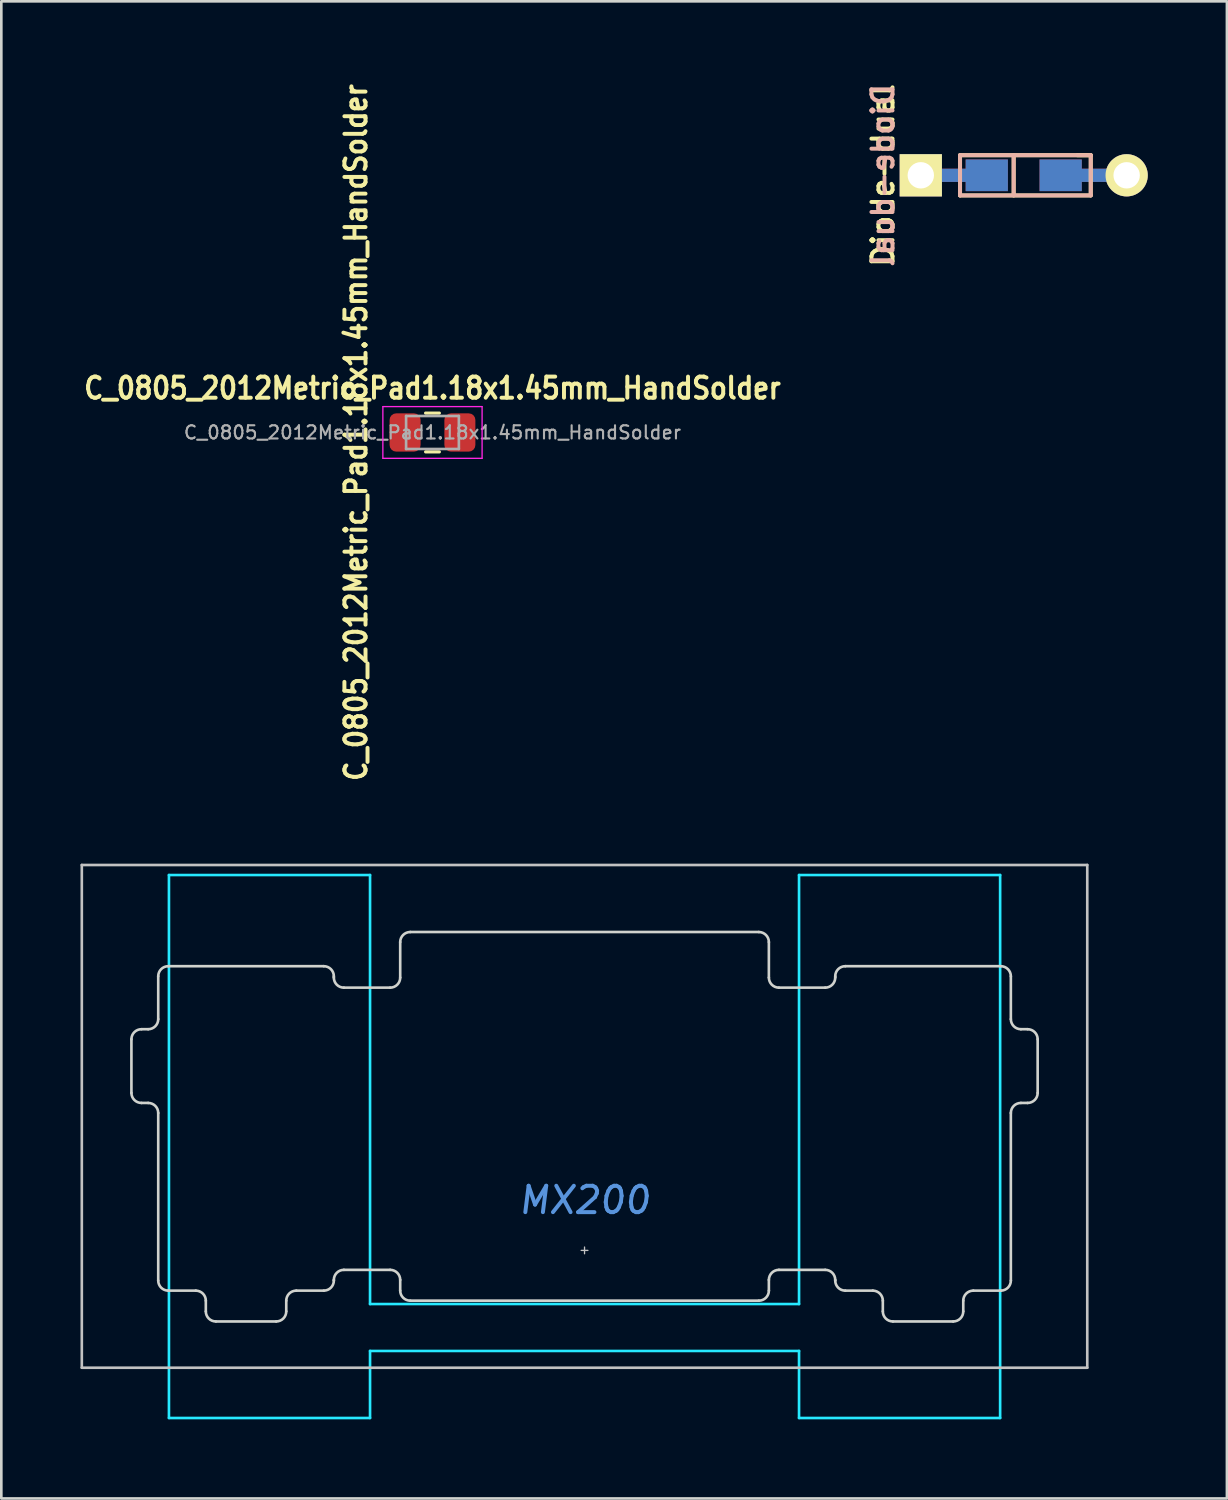
<source format=kicad_pcb>
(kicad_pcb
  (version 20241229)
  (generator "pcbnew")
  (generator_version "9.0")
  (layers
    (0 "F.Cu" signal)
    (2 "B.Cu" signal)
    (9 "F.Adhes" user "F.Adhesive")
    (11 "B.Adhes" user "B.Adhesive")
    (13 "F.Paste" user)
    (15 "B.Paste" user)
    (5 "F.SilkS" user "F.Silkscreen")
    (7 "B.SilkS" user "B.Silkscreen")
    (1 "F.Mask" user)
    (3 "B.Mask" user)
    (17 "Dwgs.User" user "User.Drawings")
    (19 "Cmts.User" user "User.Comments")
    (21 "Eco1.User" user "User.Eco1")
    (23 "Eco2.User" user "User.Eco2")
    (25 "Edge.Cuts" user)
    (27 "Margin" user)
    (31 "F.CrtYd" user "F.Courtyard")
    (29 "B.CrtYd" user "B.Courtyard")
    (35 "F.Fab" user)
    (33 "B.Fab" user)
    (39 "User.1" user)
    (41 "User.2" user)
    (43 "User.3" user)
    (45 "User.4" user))
  (footprint "Diode-dual"
    (layer "F.Cu")
    (at 35.742 3.593)
    (property "Reference" "Diode-dual" (at -5.334 0 270) (layer "F.SilkS") (effects (font (size 0.8 0.8) (thickness 0.15))))
    (attr smd)
    (fp_line (start -2.413 -0.762) (end -2.413 0.762) (stroke (width 0.15) (type solid)) (layer "F.SilkS"))
    (fp_line (start -2.413 0.762) (end 2.54 0.762) (stroke (width 0.15) (type solid)) (layer "F.SilkS"))
    (fp_line (start -0.381 -0.762) (end -0.381 0.762) (stroke (width 0.15) (type solid)) (layer "F.SilkS"))
    (fp_line (start 2.54 -0.762) (end -2.413 -0.762) (stroke (width 0.15) (type solid)) (layer "F.SilkS"))
    (fp_line (start 2.54 -0.762) (end 2.032 -0.762) (stroke (width 0.15) (type solid)) (layer "F.SilkS"))
    (fp_line (start 2.54 0.762) (end 2.54 -0.762) (stroke (width 0.15) (type solid)) (layer "F.SilkS"))
    (fp_line (start -2.413 -0.762) (end 2.54 -0.762) (stroke (width 0.15) (type solid)) (layer "B.SilkS"))
    (fp_line (start -2.413 0.762) (end -2.413 -0.762) (stroke (width 0.15) (type solid)) (layer "B.SilkS"))
    (fp_line (start -0.381 0.762) (end -0.381 -0.762) (stroke (width 0.15) (type solid)) (layer "B.SilkS"))
    (fp_line (start 2.54 -0.762) (end 2.54 0.762) (stroke (width 0.15) (type solid)) (layer "B.SilkS"))
    (fp_line (start 2.54 0.762) (end -2.413 0.762) (stroke (width 0.15) (type solid)) (layer "B.SilkS"))
    (fp_text user "${REFERENCE}" (at -5.334 0 90) (layer "B.SilkS") (effects (font (size 0.8 0.8) (thickness 0.15)) (justify mirror)))
    (pad "1" thru_hole rect (at -3.9 0 180) (size 1.6 1.6) (drill 1) (layers "*.Cu" "*.Mask" "F.SilkS"))
    (pad "1" smd rect (at -2.5 0 180) (size 2.9 0.5) (layers "F.Cu"))
    (pad "1" smd rect (at -2.5 0 180) (size 2.9 0.5) (layers "B.Cu"))
    (pad "1" smd rect (at -1.4 0 180) (size 1.6 1.2) (layers "F.Cu" "F.Mask" "F.Paste"))
    (pad "1" smd rect (at -1.4 0 180) (size 1.6 1.2) (layers "B.Cu" "B.Mask" "B.Paste"))
    (pad "2" smd rect (at 1.4 0 180) (size 1.6 1.2) (layers "F.Cu" "F.Mask" "F.Paste"))
    (pad "2" smd rect (at 1.4 0 180) (size 1.6 1.2) (layers "B.Cu" "B.Mask" "B.Paste"))
    (pad "2" smd rect (at 2.5 0 180) (size 2.9 0.5) (layers "F.Cu"))
    (pad "2" smd rect (at 2.5 0 180) (size 2.9 0.5) (layers "B.Cu"))
    (pad "2" thru_hole circle (at 3.9 0 180) (size 1.6 1.6) (drill 1) (layers "*.Cu" "*.Mask" "F.SilkS")))
  (footprint "MX200"
    (layer "F.Cu")
    (at 19.1 39.252)
    (property "Reference" "MX200" (at 0 3.175 0) (layer "Cmts.User") (effects (font (size 1 1) (thickness 0.15) (italic yes))))
    (attr through_hole)
    (fp_line (start -19.05 -9.525) (end -19.05 9.525) (stroke (width 0.1) (type solid)) (layer "Dwgs.User"))
    (fp_line (start -19.05 -9.525) (end 19.05 -9.525) (stroke (width 0.1) (type solid)) (layer "Dwgs.User"))
    (fp_line (start -19.05 9.525) (end 19.05 9.525) (stroke (width 0.1) (type solid)) (layer "Dwgs.User"))
    (fp_line (start -0.127 5.08) (end 0.127 5.08) (stroke (width 0.05) (type solid)) (layer "Dwgs.User"))
    (fp_line (start 0 5.207) (end 0 4.953) (stroke (width 0.05) (type solid)) (layer "Dwgs.User"))
    (fp_line (start 19.05 -9.525) (end 19.05 9.525) (stroke (width 0.1) (type solid)) (layer "Dwgs.User"))
    (fp_line (start 0 -2.159) (end 0 2.159) (stroke (width 0.1) (type solid)) (layer "Eco1.User"))
    (fp_line (start -17.17 -0.889) (end -17.17 -2.921) (stroke (width 0.1) (type solid)) (layer "Edge.Cuts"))
    (fp_line (start -16.789 -3.302) (end -16.535 -3.302) (stroke (width 0.1) (type solid)) (layer "Edge.Cuts"))
    (fp_line (start -16.535 -0.508) (end -16.789 -0.508) (stroke (width 0.1) (type solid)) (layer "Edge.Cuts"))
    (fp_line (start -16.154 -3.683) (end -16.154 -5.309) (stroke (width 0.1) (type solid)) (layer "Edge.Cuts"))
    (fp_line (start -16.154 6.223) (end -16.154 -0.127) (stroke (width 0.1) (type solid)) (layer "Edge.Cuts"))
    (fp_line (start -15.773 -5.69) (end -9.881 -5.69) (stroke (width 0.1) (type solid)) (layer "Edge.Cuts"))
    (fp_line (start -14.732 6.604) (end -15.773 6.604) (stroke (width 0.1) (type solid)) (layer "Edge.Cuts"))
    (fp_line (start -14.351 7.391) (end -14.351 6.985) (stroke (width 0.1) (type solid)) (layer "Edge.Cuts"))
    (fp_line (start -11.684 7.772) (end -13.97 7.772) (stroke (width 0.1) (type solid)) (layer "Edge.Cuts"))
    (fp_line (start -11.303 6.985) (end -11.303 7.391) (stroke (width 0.1) (type solid)) (layer "Edge.Cuts"))
    (fp_line (start -9.881 6.604) (end -10.922 6.604) (stroke (width 0.1) (type solid)) (layer "Edge.Cuts"))
    (fp_line (start -9.5 -5.309) (end -9.5 -5.258) (stroke (width 0.1) (type solid)) (layer "Edge.Cuts"))
    (fp_line (start -9.5 6.198) (end -9.5 6.223) (stroke (width 0.1) (type solid)) (layer "Edge.Cuts"))
    (fp_line (start -9.119 -4.877) (end -7.366 -4.877) (stroke (width 0.1) (type solid)) (layer "Edge.Cuts"))
    (fp_line (start -7.366 5.817) (end -9.119 5.817) (stroke (width 0.1) (type solid)) (layer "Edge.Cuts"))
    (fp_line (start -6.985 -5.258) (end -6.985 -6.604) (stroke (width 0.1) (type solid)) (layer "Edge.Cuts"))
    (fp_line (start -6.985 6.604) (end -6.985 6.197) (stroke (width 0.1) (type solid)) (layer "Edge.Cuts"))
    (fp_line (start -6.604 -6.985) (end 6.604 -6.985) (stroke (width 0.1) (type solid)) (layer "Edge.Cuts"))
    (fp_line (start 6.604 6.985) (end -6.604 6.985) (stroke (width 0.1) (type solid)) (layer "Edge.Cuts"))
    (fp_line (start 6.985 -5.258) (end 6.985 -6.604) (stroke (width 0.1) (type solid)) (layer "Edge.Cuts"))
    (fp_line (start 6.985 6.604) (end 6.985 6.197) (stroke (width 0.1) (type solid)) (layer "Edge.Cuts"))
    (fp_line (start 7.366 5.817) (end 9.119 5.817) (stroke (width 0.1) (type solid)) (layer "Edge.Cuts"))
    (fp_line (start 9.119 -4.877) (end 7.366 -4.877) (stroke (width 0.1) (type solid)) (layer "Edge.Cuts"))
    (fp_line (start 9.5 -5.309) (end 9.5 -5.258) (stroke (width 0.1) (type solid)) (layer "Edge.Cuts"))
    (fp_line (start 9.5 6.198) (end 9.5 6.223) (stroke (width 0.1) (type solid)) (layer "Edge.Cuts"))
    (fp_line (start 9.881 6.604) (end 10.922 6.604) (stroke (width 0.1) (type solid)) (layer "Edge.Cuts"))
    (fp_line (start 11.303 6.985) (end 11.303 7.391) (stroke (width 0.1) (type solid)) (layer "Edge.Cuts"))
    (fp_line (start 11.684 7.772) (end 13.97 7.772) (stroke (width 0.1) (type solid)) (layer "Edge.Cuts"))
    (fp_line (start 14.351 7.391) (end 14.351 6.985) (stroke (width 0.1) (type solid)) (layer "Edge.Cuts"))
    (fp_line (start 14.732 6.604) (end 15.773 6.604) (stroke (width 0.1) (type solid)) (layer "Edge.Cuts"))
    (fp_line (start 15.773 -5.69) (end 9.881 -5.69) (stroke (width 0.1) (type solid)) (layer "Edge.Cuts"))
    (fp_line (start 16.154 -3.683) (end 16.154 -5.309) (stroke (width 0.1) (type solid)) (layer "Edge.Cuts"))
    (fp_line (start 16.154 6.223) (end 16.154 -0.127) (stroke (width 0.1) (type solid)) (layer "Edge.Cuts"))
    (fp_line (start 16.535 -0.508) (end 16.789 -0.508) (stroke (width 0.1) (type solid)) (layer "Edge.Cuts"))
    (fp_line (start 16.789 -3.302) (end 16.535 -3.302) (stroke (width 0.1) (type solid)) (layer "Edge.Cuts"))
    (fp_line (start 17.17 -0.889) (end 17.17 -2.921) (stroke (width 0.1) (type solid)) (layer "Edge.Cuts"))
    (fp_arc (start -17.1704 -2.921) (mid -17.058808 -3.190408) (end -16.7894 -3.302) (stroke (width 0.1) (type solid)) (layer "Edge.Cuts"))
    (fp_arc (start -16.7894 -0.508) (mid -17.058808 -0.619592) (end -17.1704 -0.889) (stroke (width 0.1) (type solid)) (layer "Edge.Cuts"))
    (fp_arc (start -16.5354 -0.508) (mid -16.265992 -0.396408) (end -16.1544 -0.127) (stroke (width 0.1) (type solid)) (layer "Edge.Cuts"))
    (fp_arc (start -16.1544 -5.3086) (mid -16.042808 -5.578008) (end -15.7734 -5.6896) (stroke (width 0.1) (type solid)) (layer "Edge.Cuts"))
    (fp_arc (start -16.1544 -3.683) (mid -16.265992 -3.413592) (end -16.5354 -3.302) (stroke (width 0.1) (type solid)) (layer "Edge.Cuts"))
    (fp_arc (start -15.7734 6.604) (mid -16.042808 6.492408) (end -16.1544 6.223) (stroke (width 0.1) (type solid)) (layer "Edge.Cuts"))
    (fp_arc (start -14.732 6.604) (mid -14.462592 6.715592) (end -14.351 6.985) (stroke (width 0.1) (type solid)) (layer "Edge.Cuts"))
    (fp_arc (start -13.97 7.7724) (mid -14.239408 7.660808) (end -14.351 7.3914) (stroke (width 0.1) (type solid)) (layer "Edge.Cuts"))
    (fp_arc (start -11.303 6.985) (mid -11.191408 6.715592) (end -10.922 6.604) (stroke (width 0.1) (type solid)) (layer "Edge.Cuts"))
    (fp_arc (start -11.303 7.3914) (mid -11.414592 7.660808) (end -11.684 7.7724) (stroke (width 0.1) (type solid)) (layer "Edge.Cuts"))
    (fp_arc (start -9.8806 -5.6896) (mid -9.611192 -5.578008) (end -9.4996 -5.3086) (stroke (width 0.1) (type solid)) (layer "Edge.Cuts"))
    (fp_arc (start -9.4996 6.1976) (mid -9.388008 5.928192) (end -9.1186 5.8166) (stroke (width 0.1) (type solid)) (layer "Edge.Cuts"))
    (fp_arc (start -9.4996 6.223) (mid -9.611192 6.492408) (end -9.8806 6.604) (stroke (width 0.1) (type solid)) (layer "Edge.Cuts"))
    (fp_arc (start -9.1186 -4.8768) (mid -9.388008 -4.988392) (end -9.4996 -5.2578) (stroke (width 0.1) (type solid)) (layer "Edge.Cuts"))
    (fp_arc (start -7.366 5.8166) (mid -7.096592 5.928192) (end -6.985 6.1976) (stroke (width 0.1) (type solid)) (layer "Edge.Cuts"))
    (fp_arc (start -6.985 -6.604) (mid -6.873408 -6.873408) (end -6.604 -6.985) (stroke (width 0.1) (type solid)) (layer "Edge.Cuts"))
    (fp_arc (start -6.985 -5.2578) (mid -7.096592 -4.988392) (end -7.366 -4.8768) (stroke (width 0.1) (type solid)) (layer "Edge.Cuts"))
    (fp_arc (start -6.604 6.985) (mid -6.873408 6.873408) (end -6.985 6.604) (stroke (width 0.1) (type solid)) (layer "Edge.Cuts"))
    (fp_arc (start 6.604 -6.985) (mid 6.873408 -6.873408) (end 6.985 -6.604) (stroke (width 0.1) (type solid)) (layer "Edge.Cuts"))
    (fp_arc (start 6.985 6.1976) (mid 7.096592 5.928192) (end 7.366 5.8166) (stroke (width 0.1) (type solid)) (layer "Edge.Cuts"))
    (fp_arc (start 6.985 6.604) (mid 6.873408 6.873408) (end 6.604 6.985) (stroke (width 0.1) (type solid)) (layer "Edge.Cuts"))
    (fp_arc (start 7.366 -4.8768) (mid 7.096592 -4.988392) (end 6.985 -5.2578) (stroke (width 0.1) (type solid)) (layer "Edge.Cuts"))
    (fp_arc (start 9.1186 5.8166) (mid 9.388008 5.928192) (end 9.4996 6.1976) (stroke (width 0.1) (type solid)) (layer "Edge.Cuts"))
    (fp_arc (start 9.4996 -5.3086) (mid 9.611192 -5.578008) (end 9.8806 -5.6896) (stroke (width 0.1) (type solid)) (layer "Edge.Cuts"))
    (fp_arc (start 9.4996 -5.2578) (mid 9.388008 -4.988392) (end 9.1186 -4.8768) (stroke (width 0.1) (type solid)) (layer "Edge.Cuts"))
    (fp_arc (start 9.8806 6.604) (mid 9.611192 6.492408) (end 9.4996 6.223) (stroke (width 0.1) (type solid)) (layer "Edge.Cuts"))
    (fp_arc (start 10.922 6.604) (mid 11.191408 6.715592) (end 11.303 6.985) (stroke (width 0.1) (type solid)) (layer "Edge.Cuts"))
    (fp_arc (start 11.684 7.7724) (mid 11.414592 7.660808) (end 11.303 7.3914) (stroke (width 0.1) (type solid)) (layer "Edge.Cuts"))
    (fp_arc (start 14.351 6.985) (mid 14.462592 6.715592) (end 14.732 6.604) (stroke (width 0.1) (type solid)) (layer "Edge.Cuts"))
    (fp_arc (start 14.351 7.3914) (mid 14.239408 7.660808) (end 13.97 7.7724) (stroke (width 0.1) (type solid)) (layer "Edge.Cuts"))
    (fp_arc (start 15.7734 -5.6896) (mid 16.042808 -5.578008) (end 16.1544 -5.3086) (stroke (width 0.1) (type solid)) (layer "Edge.Cuts"))
    (fp_arc (start 16.1544 -0.127) (mid 16.265992 -0.396408) (end 16.5354 -0.508) (stroke (width 0.1) (type solid)) (layer "Edge.Cuts"))
    (fp_arc (start 16.1544 6.223) (mid 16.042808 6.492408) (end 15.7734 6.604) (stroke (width 0.1) (type solid)) (layer "Edge.Cuts"))
    (fp_arc (start 16.5354 -3.302) (mid 16.265992 -3.413592) (end 16.1544 -3.683) (stroke (width 0.1) (type solid)) (layer "Edge.Cuts"))
    (fp_arc (start 16.7894 -3.302) (mid 17.058808 -3.190408) (end 17.1704 -2.921) (stroke (width 0.1) (type solid)) (layer "Edge.Cuts"))
    (fp_arc (start 17.1704 -0.889) (mid 17.058808 -0.619592) (end 16.7894 -0.508) (stroke (width 0.1) (type solid)) (layer "Edge.Cuts"))
    (fp_line (start -15.748 -9.144) (end -8.128 -9.144) (stroke (width 0.1) (type solid)) (layer "B.CrtYd"))
    (fp_line (start -15.748 11.43) (end -15.748 -9.144) (stroke (width 0.1) (type solid)) (layer "B.CrtYd"))
    (fp_line (start -8.128 -9.144) (end -8.128 7.112) (stroke (width 0.1) (type solid)) (layer "B.CrtYd"))
    (fp_line (start -8.128 7.112) (end 8.128 7.112) (stroke (width 0.1) (type solid)) (layer "B.CrtYd"))
    (fp_line (start -8.128 8.89) (end 8.128 8.89) (stroke (width 0.1) (type solid)) (layer "B.CrtYd"))
    (fp_line (start -8.128 11.43) (end -15.748 11.43) (stroke (width 0.1) (type solid)) (layer "B.CrtYd"))
    (fp_line (start -8.128 11.43) (end -8.128 8.89) (stroke (width 0.1) (type solid)) (layer "B.CrtYd"))
    (fp_line (start 8.128 -9.144) (end 8.128 7.112) (stroke (width 0.1) (type solid)) (layer "B.CrtYd"))
    (fp_line (start 8.128 -9.144) (end 15.748 -9.144) (stroke (width 0.1) (type solid)) (layer "B.CrtYd"))
    (fp_line (start 8.128 11.43) (end 8.128 8.89) (stroke (width 0.1) (type solid)) (layer "B.CrtYd"))
    (fp_line (start 15.748 -9.144) (end 15.748 11.43) (stroke (width 0.1) (type solid)) (layer "B.CrtYd"))
    (fp_line (start 15.748 11.43) (end 8.128 11.43) (stroke (width 0.1) (type solid)) (layer "B.CrtYd")))
  (footprint "C_0805_2012Metric_Pad1.18x1.45mm_HandSolder"
    (layer "F.Cu")
    (at 13.338 13.338)
    (property "Reference" "C_0805_2012Metric_Pad1.18x1.45mm_HandSolder" (at 0 -1.68 0) (layer "F.SilkS") (effects (font (size 0.8 0.7) (thickness 0.15))))
    (property "Value" "C_0805_2012Metric_Pad1.18x1.45mm_HandSolder" (at 0 1.68 0) (layer "F.Fab") (hide yes) (effects (font (size 1 1) (thickness 0.15))))
    (attr smd)
    (fp_line (start -0.261 -0.735) (end 0.261 -0.735) (stroke (width 0.12) (type solid)) (layer "F.SilkS"))
    (fp_line (start -0.261 0.735) (end 0.261 0.735) (stroke (width 0.12) (type solid)) (layer "F.SilkS"))
    (fp_line (start -1.88 -0.98) (end 1.88 -0.98) (stroke (width 0.05) (type solid)) (layer "F.CrtYd"))
    (fp_line (start -1.88 0.98) (end -1.88 -0.98) (stroke (width 0.05) (type solid)) (layer "F.CrtYd"))
    (fp_line (start 1.88 -0.98) (end 1.88 0.98) (stroke (width 0.05) (type solid)) (layer "F.CrtYd"))
    (fp_line (start 1.88 0.98) (end -1.88 0.98) (stroke (width 0.05) (type solid)) (layer "F.CrtYd"))
    (fp_line (start -1 -0.625) (end 1 -0.625) (stroke (width 0.1) (type solid)) (layer "F.Fab"))
    (fp_line (start -1 0.625) (end -1 -0.625) (stroke (width 0.1) (type solid)) (layer "F.Fab"))
    (fp_line (start 1 -0.625) (end 1 0.625) (stroke (width 0.1) (type solid)) (layer "F.Fab"))
    (fp_line (start 1 0.625) (end -1 0.625) (stroke (width 0.1) (type solid)) (layer "F.Fab"))
    (fp_text user "${VALUE}" (at -2.9 0 90) (unlocked yes) (layer "F.SilkS") (effects (font (size 0.8 0.7) (thickness 0.15))))
    (fp_text user "${REFERENCE}" (at 0 0 0) (layer "F.Fab") (effects (font (size 0.5 0.5) (thickness 0.08))))
    (pad "1" smd roundrect (at -1.038 0) (size 1.175 1.45) (layers "F.Cu" "F.Mask" "F.Paste") (roundrect_rratio 0.213))
    (pad "2" smd roundrect (at 1.038 0) (size 1.175 1.45) (layers "F.Cu" "F.Mask" "F.Paste") (roundrect_rratio 0.213)))
  (gr_rect
    (start -3 -3)
    (end 43.442 53.732)
    (stroke (width 0.1) (type default))
    (fill no)
    (layer "Edge.Cuts")))
</source>
